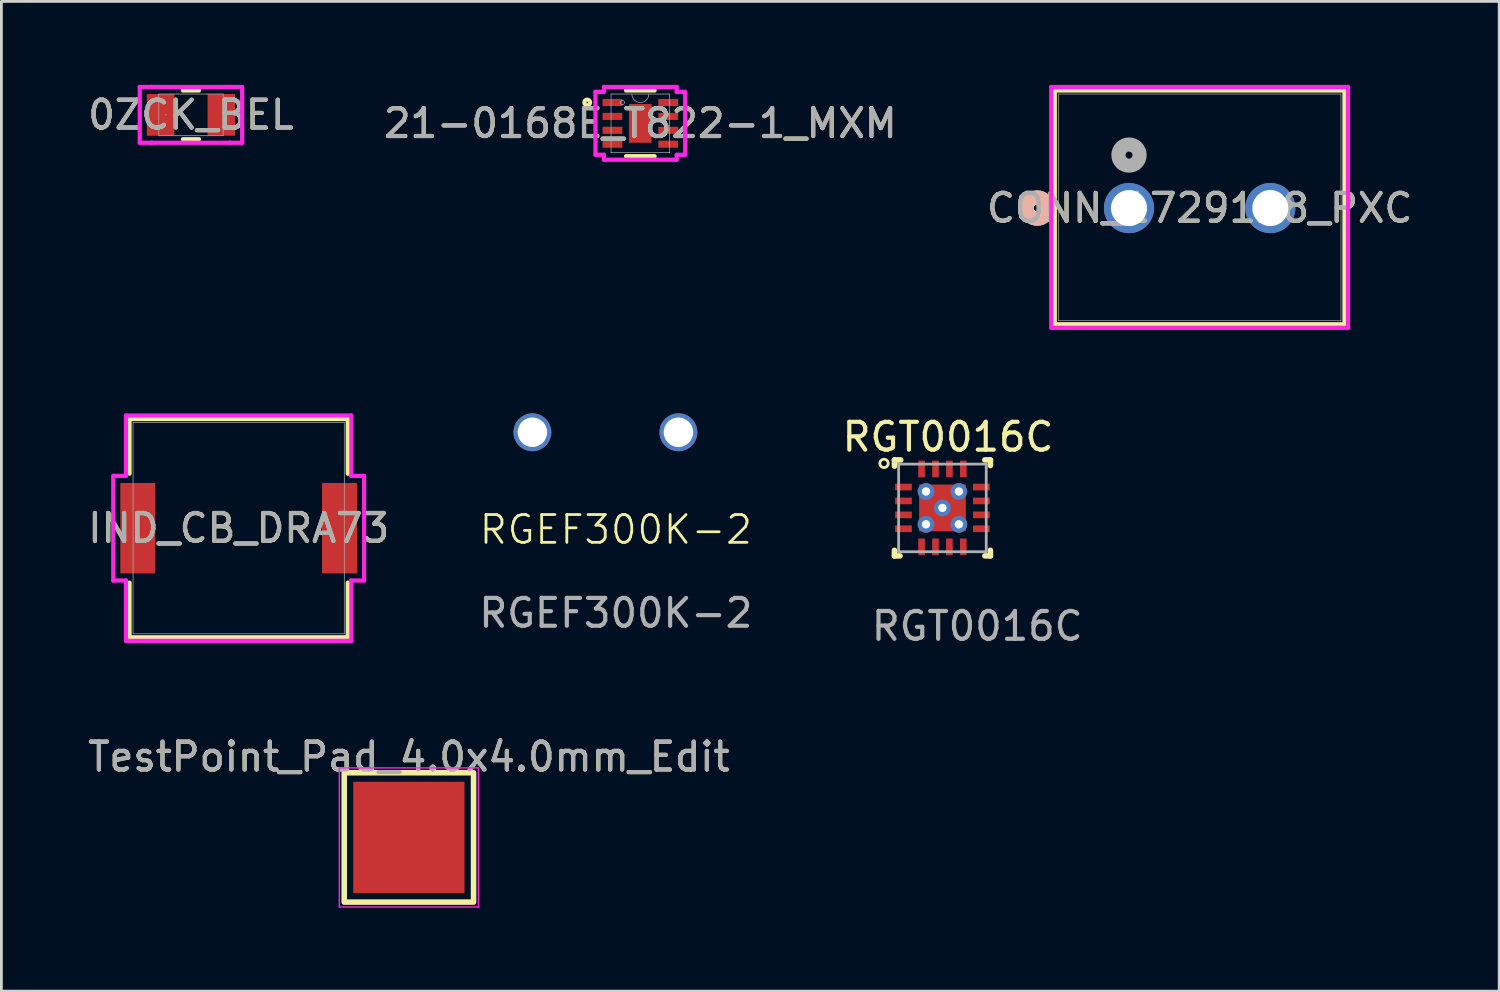
<source format=kicad_pcb>
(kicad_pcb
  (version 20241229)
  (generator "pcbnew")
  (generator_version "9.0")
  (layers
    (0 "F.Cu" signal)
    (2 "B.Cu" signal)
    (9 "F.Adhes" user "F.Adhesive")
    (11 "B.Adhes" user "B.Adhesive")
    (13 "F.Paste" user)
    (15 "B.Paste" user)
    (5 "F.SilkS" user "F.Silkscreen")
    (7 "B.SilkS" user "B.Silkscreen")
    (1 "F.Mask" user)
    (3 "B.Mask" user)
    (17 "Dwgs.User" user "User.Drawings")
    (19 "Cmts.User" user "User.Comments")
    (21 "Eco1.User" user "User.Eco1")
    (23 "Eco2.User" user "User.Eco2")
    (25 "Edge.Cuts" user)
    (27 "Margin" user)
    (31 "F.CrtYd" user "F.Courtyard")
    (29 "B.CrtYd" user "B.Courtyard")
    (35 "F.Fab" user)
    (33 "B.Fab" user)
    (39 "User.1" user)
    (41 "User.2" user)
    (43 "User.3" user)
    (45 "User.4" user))
  (footprint "TestPoint_Pad_4.0x4.0mm_Edit"
    (layer "F.Cu")
    (at 11.649 27.055)
    (property "Reference" "TestPoint_Pad_4.0x4.0mm_Edit" (at 0 -2.898 0) (layer "F.SilkS") (effects (font (size 1 1) (thickness 0.15))))
    (attr exclude_from_pos_files exclude_from_bom)
    (fp_rect (start -2.325 -2.325) (end 2.325 2.325) (stroke (width 0.2) (type default)) (fill no) (layer "F.SilkS"))
    (fp_line (start -2.5 -2.5) (end -2.5 2.5) (stroke (width 0.05) (type solid)) (layer "F.CrtYd"))
    (fp_line (start -2.5 -2.5) (end 2.5 -2.5) (stroke (width 0.05) (type solid)) (layer "F.CrtYd"))
    (fp_line (start 2.5 2.5) (end -2.5 2.5) (stroke (width 0.05) (type solid)) (layer "F.CrtYd"))
    (fp_line (start 2.5 2.5) (end 2.5 -2.5) (stroke (width 0.05) (type solid)) (layer "F.CrtYd"))
    (fp_text user "${REFERENCE}" (at 0 -2.9 0) (layer "F.Fab") (effects (font (size 1 1) (thickness 0.15))))
    (pad "1" smd rect (at 0 0) (size 4 4) (layers "F.Cu" "F.Mask")))
  (footprint "21-0168E_T822-1_MXM"
    (layer "F.Cu")
    (at 19.97 1.384)
    (property "Reference" "21-0168E_T822-1_MXM" (at 0 0 0) (unlocked yes) (layer "F.SilkS") (effects (font (size 1 1) (thickness 0.15))))
    (attr smd)
    (fp_line (start -0.513 1.181) (end 0.513 1.181) (stroke (width 0.152) (type solid)) (layer "F.SilkS"))
    (fp_line (start 0.513 -1.181) (end -0.513 -1.181) (stroke (width 0.152) (type solid)) (layer "F.SilkS"))
    (fp_circle (center -1.91 -0.75) (end -1.808 -0.75) (stroke (width 0.152) (type solid)) (fill no) (layer "F.SilkS"))
    (fp_line (start -1.613 -1.131) (end -1.308 -1.131) (stroke (width 0.152) (type solid)) (layer "F.CrtYd"))
    (fp_line (start -1.613 1.131) (end -1.613 -1.131) (stroke (width 0.152) (type solid)) (layer "F.CrtYd"))
    (fp_line (start -1.613 1.131) (end -1.308 1.131) (stroke (width 0.152) (type solid)) (layer "F.CrtYd"))
    (fp_line (start -1.308 -1.308) (end 1.308 -1.308) (stroke (width 0.152) (type solid)) (layer "F.CrtYd"))
    (fp_line (start -1.308 -1.131) (end -1.308 -1.308) (stroke (width 0.152) (type solid)) (layer "F.CrtYd"))
    (fp_line (start -1.308 1.308) (end -1.308 1.131) (stroke (width 0.152) (type solid)) (layer "F.CrtYd"))
    (fp_line (start 1.308 -1.308) (end 1.308 -1.131) (stroke (width 0.152) (type solid)) (layer "F.CrtYd"))
    (fp_line (start 1.308 1.131) (end 1.308 1.308) (stroke (width 0.152) (type solid)) (layer "F.CrtYd"))
    (fp_line (start 1.308 1.308) (end -1.308 1.308) (stroke (width 0.152) (type solid)) (layer "F.CrtYd"))
    (fp_line (start 1.613 -1.131) (end 1.308 -1.131) (stroke (width 0.152) (type solid)) (layer "F.CrtYd"))
    (fp_line (start 1.613 -1.131) (end 1.613 1.131) (stroke (width 0.152) (type solid)) (layer "F.CrtYd"))
    (fp_line (start 1.613 1.131) (end 1.308 1.131) (stroke (width 0.152) (type solid)) (layer "F.CrtYd"))
    (fp_line (start -1.054 -1.054) (end -1.054 1.054) (stroke (width 0.025) (type solid)) (layer "F.Fab"))
    (fp_line (start -1.054 1.054) (end 1.054 1.054) (stroke (width 0.025) (type solid)) (layer "F.Fab"))
    (fp_line (start 1.054 -1.054) (end -1.054 -1.054) (stroke (width 0.025) (type solid)) (layer "F.Fab"))
    (fp_line (start 1.054 1.054) (end 1.054 -1.054) (stroke (width 0.025) (type solid)) (layer "F.Fab"))
    (fp_arc (start 0.3048 -1.0541) (mid 0 -0.7493) (end -0.3048 -1.0541) (stroke (width 0.0254) (type solid)) (layer "F.Fab"))
    (fp_circle (center -0.648 -0.75) (end -0.572 -0.75) (stroke (width 0.025) (type solid)) (fill no) (layer "F.Fab"))
    (fp_text user "${REFERENCE}" (at 0 0 0) (unlocked yes) (layer "F.Fab") (effects (font (size 1 1) (thickness 0.15))))
    (pad "1" smd rect (at -1.003 -0.75) (size 0.711 0.254) (layers "F.Cu" "F.Mask" "F.Paste"))
    (pad "2" smd rect (at -1.003 -0.25) (size 0.711 0.254) (layers "F.Cu" "F.Mask" "F.Paste"))
    (pad "3" smd rect (at -1.003 0.25) (size 0.711 0.254) (layers "F.Cu" "F.Mask" "F.Paste"))
    (pad "4" smd rect (at -1.003 0.75) (size 0.711 0.254) (layers "F.Cu" "F.Mask" "F.Paste"))
    (pad "5" smd rect (at 1.003 0.75) (size 0.711 0.254) (layers "F.Cu" "F.Mask" "F.Paste"))
    (pad "6" smd rect (at 1.003 0.25) (size 0.711 0.254) (layers "F.Cu" "F.Mask" "F.Paste"))
    (pad "7" smd rect (at 1.003 -0.25) (size 0.711 0.254) (layers "F.Cu" "F.Mask" "F.Paste"))
    (pad "8" smd rect (at 1.003 -0.75) (size 0.711 0.254) (layers "F.Cu" "F.Mask" "F.Paste"))
    (pad "9" smd rect (at 0 0) (size 0.813 1.397) (layers "F.Cu" "F.Mask" "F.Paste")))
  (footprint "IND_CB_DRA73"
    (layer "F.Cu")
    (at 5.53 15.938)
    (property "Reference" "IND_CB_DRA73" (at 0 0 0) (unlocked yes) (layer "F.SilkS") (effects (font (size 1 1) (thickness 0.15))))
    (attr smd)
    (fp_line (start -3.924 -3.924) (end -3.924 -1.958) (stroke (width 0.152) (type solid)) (layer "F.SilkS"))
    (fp_line (start -3.924 1.958) (end -3.924 3.924) (stroke (width 0.152) (type solid)) (layer "F.SilkS"))
    (fp_line (start -3.924 3.924) (end 3.924 3.924) (stroke (width 0.152) (type solid)) (layer "F.SilkS"))
    (fp_line (start 3.924 -3.924) (end -3.924 -3.924) (stroke (width 0.152) (type solid)) (layer "F.SilkS"))
    (fp_line (start 3.924 -1.958) (end 3.924 -3.924) (stroke (width 0.152) (type solid)) (layer "F.SilkS"))
    (fp_line (start 3.924 3.924) (end 3.924 1.958) (stroke (width 0.152) (type solid)) (layer "F.SilkS"))
    (fp_line (start -4.508 -1.88) (end -4.051 -1.88) (stroke (width 0.152) (type solid)) (layer "F.CrtYd"))
    (fp_line (start -4.508 1.88) (end -4.508 -1.88) (stroke (width 0.152) (type solid)) (layer "F.CrtYd"))
    (fp_line (start -4.051 -4.051) (end 4.051 -4.051) (stroke (width 0.152) (type solid)) (layer "F.CrtYd"))
    (fp_line (start -4.051 -1.88) (end -4.051 -4.051) (stroke (width 0.152) (type solid)) (layer "F.CrtYd"))
    (fp_line (start -4.051 1.88) (end -4.508 1.88) (stroke (width 0.152) (type solid)) (layer "F.CrtYd"))
    (fp_line (start -4.051 4.051) (end -4.051 1.88) (stroke (width 0.152) (type solid)) (layer "F.CrtYd"))
    (fp_line (start 4.051 -4.051) (end 4.051 -1.88) (stroke (width 0.152) (type solid)) (layer "F.CrtYd"))
    (fp_line (start 4.051 -1.88) (end 4.508 -1.88) (stroke (width 0.152) (type solid)) (layer "F.CrtYd"))
    (fp_line (start 4.051 1.88) (end 4.051 4.051) (stroke (width 0.152) (type solid)) (layer "F.CrtYd"))
    (fp_line (start 4.051 4.051) (end -4.051 4.051) (stroke (width 0.152) (type solid)) (layer "F.CrtYd"))
    (fp_line (start 4.508 -1.88) (end 4.508 1.88) (stroke (width 0.152) (type solid)) (layer "F.CrtYd"))
    (fp_line (start 4.508 1.88) (end 4.051 1.88) (stroke (width 0.152) (type solid)) (layer "F.CrtYd"))
    (fp_line (start -3.797 -3.797) (end -3.797 3.797) (stroke (width 0.025) (type solid)) (layer "F.Fab"))
    (fp_line (start -3.797 3.797) (end 3.797 3.797) (stroke (width 0.025) (type solid)) (layer "F.Fab"))
    (fp_line (start 3.797 -3.797) (end -3.797 -3.797) (stroke (width 0.025) (type solid)) (layer "F.Fab"))
    (fp_line (start 3.797 3.797) (end 3.797 -3.797) (stroke (width 0.025) (type solid)) (layer "F.Fab"))
    (fp_circle (center -3.721 0) (end -3.721 0) (stroke (width 0.025) (type solid)) (fill no) (layer "F.Fab"))
    (fp_text user "${REFERENCE}" (at 0 0 0) (unlocked yes) (layer "F.Fab") (effects (font (size 1 1) (thickness 0.15))))
    (pad "1" smd rect (at -3.626 0) (size 1.257 3.251) (layers "F.Cu" "F.Mask" "F.Paste"))
    (pad "2" smd rect (at 3.626 0) (size 1.257 3.251) (layers "F.Cu" "F.Mask" "F.Paste"))
    (zone (net_name "") (layer "F.Cu") (hatch full 0.508) (connect_pads) (min_thickness 0.254) (filled_areas_thickness no) (keepout (tracks not_allowed) (vias not_allowed) (pads allowed) (copperpour not_allowed) (footprints allowed)) (placement (enabled no)) (fill) (polygon (pts (xy 2.583 12.191) (xy 8.476 12.191) (xy 8.476 19.684) (xy 2.583 19.684)))))
  (footprint "CONN_1729128_PXC"
    (layer "F.Cu")
    (at 37.537 4.43)
    (property "Reference" "CONN_1729128_PXC" (at 2.54 0 0) (unlocked yes) (layer "F.SilkS") (effects (font (size 1 1) (thickness 0.15))))
    (attr through_hole)
    (fp_line (start -2.667 -4.227) (end -2.667 4.177) (stroke (width 0.152) (type solid)) (layer "F.SilkS"))
    (fp_line (start -2.667 4.177) (end 7.747 4.177) (stroke (width 0.152) (type solid)) (layer "F.SilkS"))
    (fp_line (start 7.747 -4.227) (end -2.667 -4.227) (stroke (width 0.152) (type solid)) (layer "F.SilkS"))
    (fp_line (start 7.747 4.177) (end 7.747 -4.227) (stroke (width 0.152) (type solid)) (layer "F.SilkS"))
    (fp_circle (center -3.302 0) (end -2.921 0) (stroke (width 0.508) (type solid)) (fill no) (layer "F.SilkS"))
    (fp_circle (center -3.302 0) (end -2.921 0) (stroke (width 0.508) (type solid)) (fill no) (layer "B.SilkS"))
    (fp_line (start -2.794 -4.354) (end -2.794 4.304) (stroke (width 0.152) (type solid)) (layer "F.CrtYd"))
    (fp_line (start -2.794 4.304) (end 7.874 4.304) (stroke (width 0.152) (type solid)) (layer "F.CrtYd"))
    (fp_line (start 7.874 -4.354) (end -2.794 -4.354) (stroke (width 0.152) (type solid)) (layer "F.CrtYd"))
    (fp_line (start 7.874 4.304) (end 7.874 -4.354) (stroke (width 0.152) (type solid)) (layer "F.CrtYd"))
    (fp_line (start -2.54 -4.1) (end -2.54 4.05) (stroke (width 0.025) (type solid)) (layer "F.Fab"))
    (fp_line (start -2.54 4.05) (end 7.62 4.05) (stroke (width 0.025) (type solid)) (layer "F.Fab"))
    (fp_line (start 7.62 -4.1) (end -2.54 -4.1) (stroke (width 0.025) (type solid)) (layer "F.Fab"))
    (fp_line (start 7.62 4.05) (end 7.62 -4.1) (stroke (width 0.025) (type solid)) (layer "F.Fab"))
    (fp_circle (center 0 -1.905) (end 0.381 -1.905) (stroke (width 0.508) (type solid)) (fill no) (layer "F.Fab"))
    (fp_text user "${REFERENCE}" (at 2.54 0 0) (unlocked yes) (layer "F.Fab") (effects (font (size 1 1) (thickness 0.15))))
    (pad "1" thru_hole circle (at 0 0) (size 1.803 1.803) (drill 1.295) (layers "*.Cu" "*.Mask"))
    (pad "2" thru_hole circle (at 5.08 0) (size 1.803 1.803) (drill 1.295) (layers "*.Cu" "*.Mask")))
  (footprint "RGEF300K-2"
    (layer "F.Cu")
    (at 19.089 16.49)
    (property "Reference" "RGEF300K-2" (at 0 -0.5 0) (unlocked yes) (layer "F.SilkS") (effects (font (size 1 1) (thickness 0.1))))
    (attr through_hole)
    (fp_text user "${REFERENCE}" (at 0 2.5 0) (unlocked yes) (layer "F.Fab") (effects (font (size 1 1) (thickness 0.15))))
    (pad "1" thru_hole circle (at -3 -4) (size 1.36 1.36) (drill 1.06) (layers "*.Cu" "*.Mask") (remove_unused_layers yes) (keep_end_layers yes) (zone_layer_connections))
    (pad "2" thru_hole circle (at 2.25 -4) (size 1.36 1.36) (drill 1.06) (layers "*.Cu" "*.Mask") (remove_unused_layers yes) (keep_end_layers yes) (zone_layer_connections)))
  (footprint "RGT0016C"
    (layer "F.Cu")
    (at 30.83 15.209)
    (property "Reference" "RGT0016C" (at 0.2 -2.55 0) (unlocked yes) (layer "F.SilkS") (effects (font (size 1 1) (thickness 0.15))))
    (attr smd)
    (fp_line (start -1.725 -1.725) (end -1.5 -1.725) (stroke (width 0.2) (type solid)) (layer "F.SilkS"))
    (fp_line (start -1.725 -1.5) (end -1.725 -1.725) (stroke (width 0.2) (type solid)) (layer "F.SilkS"))
    (fp_line (start -1.725 1.725) (end -1.725 1.525) (stroke (width 0.2) (type solid)) (layer "F.SilkS"))
    (fp_line (start -1.725 1.725) (end -1.525 1.725) (stroke (width 0.2) (type solid)) (layer "F.SilkS"))
    (fp_line (start 1.525 -1.725) (end 1.725 -1.725) (stroke (width 0.2) (type solid)) (layer "F.SilkS"))
    (fp_line (start 1.525 1.725) (end 1.725 1.725) (stroke (width 0.2) (type solid)) (layer "F.SilkS"))
    (fp_line (start 1.725 -1.525) (end 1.725 -1.725) (stroke (width 0.2) (type solid)) (layer "F.SilkS"))
    (fp_line (start 1.725 1.725) (end 1.725 1.525) (stroke (width 0.2) (type solid)) (layer "F.SilkS"))
    (fp_circle (center -2.1 -1.6) (end -1.95 -1.6) (stroke (width 0.1) (type solid)) (fill no) (layer "F.SilkS"))
    (fp_poly (pts (xy -0.775 0.728) (xy -0.775 -0.729) (xy -0.774 -0.738) (xy -0.771 -0.746) (xy -0.767 -0.754) (xy -0.761 -0.761) (xy -0.754 -0.767) (xy -0.746 -0.771) (xy -0.738 -0.774) (xy -0.728 -0.775) (xy 0.729 -0.775) (xy 0.738 -0.774) (xy 0.746 -0.771) (xy 0.754 -0.767) (xy 0.761 -0.761) (xy 0.767 -0.754) (xy 0.771 -0.746) (xy 0.774 -0.738) (xy 0.775 -0.729) (xy 0.775 0.728) (xy 0.774 0.738) (xy 0.771 0.746) (xy 0.767 0.754) (xy 0.761 0.761) (xy 0.754 0.767) (xy 0.746 0.771) (xy 0.738 0.774) (xy 0.729 0.775) (xy -0.728 0.775) (xy -0.738 0.774) (xy -0.746 0.771) (xy -0.754 0.767) (xy -0.761 0.761) (xy -0.767 0.754) (xy -0.771 0.746) (xy -0.774 0.738)) (stroke (width 0) (type solid)) (fill yes) (layer "F.Paste"))
    (fp_line (start -1.575 -1.575) (end 1.575 -1.575) (stroke (width 0.1) (type solid)) (layer "F.Fab"))
    (fp_line (start -1.575 1.575) (end -1.575 -1.575) (stroke (width 0.1) (type solid)) (layer "F.Fab"))
    (fp_line (start -1.575 1.575) (end 1.575 1.575) (stroke (width 0.1) (type solid)) (layer "F.Fab"))
    (fp_line (start 1.575 1.575) (end 1.575 -1.575) (stroke (width 0.1) (type solid)) (layer "F.Fab"))
    (fp_text user "${REFERENCE}" (at 1.25 4.25 0) (unlocked yes) (layer "F.Fab") (effects (font (size 1 1) (thickness 0.15))))
    (pad "1" smd rect (at -1.4 -0.75 90) (size 0.24 0.6) (layers "F.Cu" "F.Mask" "F.Paste"))
    (pad "2" smd rect (at -1.4 -0.25 90) (size 0.24 0.6) (layers "F.Cu" "F.Mask" "F.Paste"))
    (pad "3" smd rect (at -1.4 0.25 90) (size 0.24 0.6) (layers "F.Cu" "F.Mask" "F.Paste"))
    (pad "4" smd rect (at -1.4 0.75 90) (size 0.24 0.6) (layers "F.Cu" "F.Mask" "F.Paste"))
    (pad "5" smd rect (at -0.75 1.4) (size 0.24 0.6) (layers "F.Cu" "F.Mask" "F.Paste"))
    (pad "6" smd rect (at -0.25 1.4) (size 0.24 0.6) (layers "F.Cu" "F.Mask" "F.Paste"))
    (pad "7" smd rect (at 0.25 1.4) (size 0.24 0.6) (layers "F.Cu" "F.Mask" "F.Paste"))
    (pad "8" smd rect (at 0.75 1.4) (size 0.24 0.6) (layers "F.Cu" "F.Mask" "F.Paste"))
    (pad "9" smd rect (at 1.4 0.75 90) (size 0.24 0.6) (layers "F.Cu" "F.Mask" "F.Paste"))
    (pad "10" smd rect (at 1.4 0.25 90) (size 0.24 0.6) (layers "F.Cu" "F.Mask" "F.Paste"))
    (pad "11" smd rect (at 1.4 -0.25 90) (size 0.24 0.6) (layers "F.Cu" "F.Mask" "F.Paste"))
    (pad "12" smd rect (at 1.4 -0.75 90) (size 0.24 0.6) (layers "F.Cu" "F.Mask" "F.Paste"))
    (pad "13" smd rect (at 0.75 -1.4) (size 0.24 0.6) (layers "F.Cu" "F.Mask" "F.Paste"))
    (pad "14" smd rect (at 0.25 -1.4) (size 0.24 0.6) (layers "F.Cu" "F.Mask" "F.Paste"))
    (pad "15" smd rect (at -0.25 -1.4) (size 0.24 0.6) (layers "F.Cu" "F.Mask" "F.Paste"))
    (pad "16" smd rect (at -0.75 -1.4) (size 0.24 0.6) (layers "F.Cu" "F.Mask" "F.Paste"))
    (pad "17" smd rect (at 0.000005 -0.000003) (size 1.68 1.68) (layers "F.Cu" "F.Mask"))
    (pad "18" thru_hole circle (at 0.59 -0.59) (size 0.6 0.6) (drill 0.3) (layers "*.Cu" "*.Mask"))
    (pad "19" thru_hole circle (at 0.59 0.59) (size 0.6 0.6) (drill 0.3) (layers "*.Cu" "*.Mask"))
    (pad "20" thru_hole circle (at -0.59 0.59) (size 0.6 0.6) (drill 0.3) (layers "*.Cu" "*.Mask"))
    (pad "21" thru_hole circle (at -0.59 -0.59) (size 0.6 0.6) (drill 0.3) (layers "*.Cu" "*.Mask"))
    (pad "22" thru_hole circle (at 0.000003 -0.000003) (size 0.6 0.6) (drill 0.3) (layers "*.Cu" "*.Mask")))
  (footprint "0ZCK_BEL"
    (layer "F.Cu")
    (at 3.815 1.079)
    (property "Reference" "0ZCK_BEL" (at 0 0 0) (unlocked yes) (layer "F.SilkS") (effects (font (size 1 1) (thickness 0.15))))
    (attr smd)
    (fp_line (start -0.289 0.876) (end 0.289 0.876) (stroke (width 0.152) (type solid)) (layer "F.SilkS"))
    (fp_line (start 0.289 -0.876) (end -0.289 -0.876) (stroke (width 0.152) (type solid)) (layer "F.SilkS"))
    (fp_line (start -1.841 -1.003) (end -1.41 -1.003) (stroke (width 0.152) (type solid)) (layer "F.CrtYd"))
    (fp_line (start -1.841 1.003) (end -1.841 -1.003) (stroke (width 0.152) (type solid)) (layer "F.CrtYd"))
    (fp_line (start -1.841 1.003) (end -1.41 1.003) (stroke (width 0.152) (type solid)) (layer "F.CrtYd"))
    (fp_line (start -1.41 -1.003) (end -1.41 -1.003) (stroke (width 0.152) (type solid)) (layer "F.CrtYd"))
    (fp_line (start -1.41 -1.003) (end 1.41 -1.003) (stroke (width 0.152) (type solid)) (layer "F.CrtYd"))
    (fp_line (start -1.41 1.003) (end -1.41 1.003) (stroke (width 0.152) (type solid)) (layer "F.CrtYd"))
    (fp_line (start -1.41 1.003) (end 1.41 1.003) (stroke (width 0.152) (type solid)) (layer "F.CrtYd"))
    (fp_line (start 1.41 -1.003) (end 1.41 -1.003) (stroke (width 0.152) (type solid)) (layer "F.CrtYd"))
    (fp_line (start 1.41 -1.003) (end 1.841 -1.003) (stroke (width 0.152) (type solid)) (layer "F.CrtYd"))
    (fp_line (start 1.41 1.003) (end 1.41 1.003) (stroke (width 0.152) (type solid)) (layer "F.CrtYd"))
    (fp_line (start 1.41 1.003) (end 1.841 1.003) (stroke (width 0.152) (type solid)) (layer "F.CrtYd"))
    (fp_line (start 1.841 -1.003) (end 1.841 1.003) (stroke (width 0.152) (type solid)) (layer "F.CrtYd"))
    (fp_line (start -1.156 -0.749) (end -1.156 0.749) (stroke (width 0.025) (type solid)) (layer "F.Fab"))
    (fp_line (start -1.156 0.749) (end 1.156 0.749) (stroke (width 0.025) (type solid)) (layer "F.Fab"))
    (fp_line (start 1.156 -0.749) (end -1.156 -0.749) (stroke (width 0.025) (type solid)) (layer "F.Fab"))
    (fp_line (start 1.156 0.749) (end 1.156 -0.749) (stroke (width 0.025) (type solid)) (layer "F.Fab"))
    (fp_circle (center -0.902 0) (end -0.902 0) (stroke (width 0.025) (type solid)) (fill no) (layer "F.Fab"))
    (fp_text user "${REFERENCE}" (at 0 0 0) (unlocked yes) (layer "F.Fab") (effects (font (size 1 1) (thickness 0.15))))
    (pad "1" smd rect (at -1.092 0) (size 0.991 1.499) (layers "F.Cu" "F.Mask" "F.Paste"))
    (pad "2" smd rect (at 1.092 0) (size 0.991 1.499) (layers "F.Cu" "F.Mask" "F.Paste"))
    (zone (net_name "") (layer "F.Cu") (hatch full 0.508) (connect_pads) (min_thickness 0.254) (filled_areas_thickness no) (keepout (tracks not_allowed) (vias not_allowed) (pads allowed) (copperpour not_allowed) (footprints allowed)) (placement (enabled no)) (fill) (polygon (pts (xy 3.269 0.381) (xy 4.362 0.381) (xy 4.362 1.778) (xy 3.269 1.778)))))
  (gr_rect
    (start -3 -3)
    (end 50.845 32.58)
    (stroke (width 0.1) (type default))
    (fill no)
    (layer "Edge.Cuts")))
</source>
